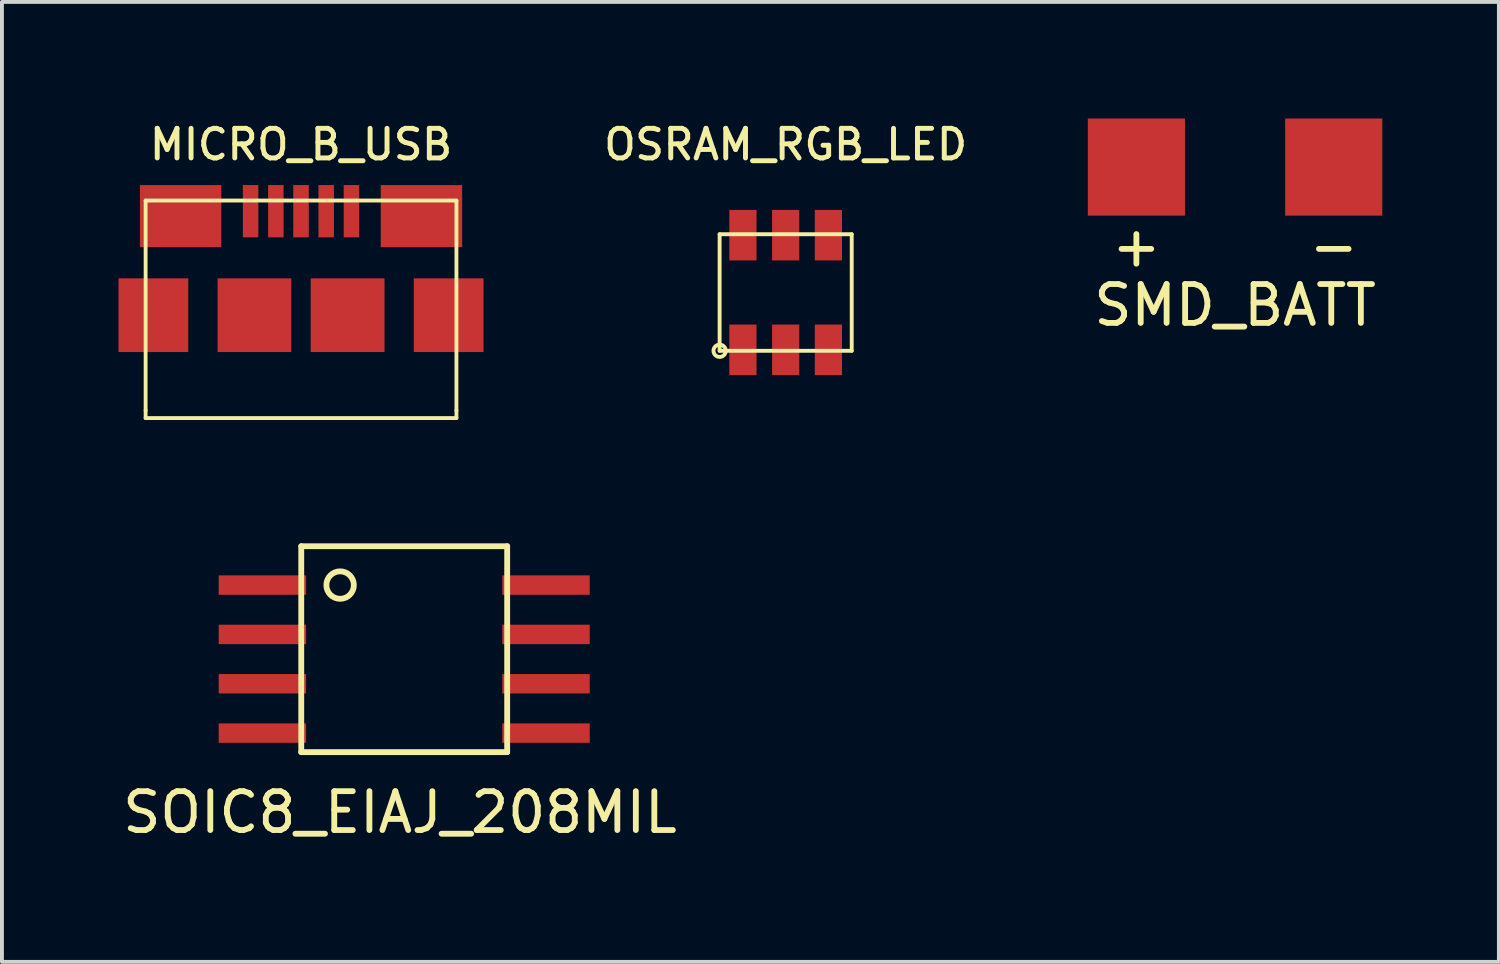
<source format=kicad_pcb>
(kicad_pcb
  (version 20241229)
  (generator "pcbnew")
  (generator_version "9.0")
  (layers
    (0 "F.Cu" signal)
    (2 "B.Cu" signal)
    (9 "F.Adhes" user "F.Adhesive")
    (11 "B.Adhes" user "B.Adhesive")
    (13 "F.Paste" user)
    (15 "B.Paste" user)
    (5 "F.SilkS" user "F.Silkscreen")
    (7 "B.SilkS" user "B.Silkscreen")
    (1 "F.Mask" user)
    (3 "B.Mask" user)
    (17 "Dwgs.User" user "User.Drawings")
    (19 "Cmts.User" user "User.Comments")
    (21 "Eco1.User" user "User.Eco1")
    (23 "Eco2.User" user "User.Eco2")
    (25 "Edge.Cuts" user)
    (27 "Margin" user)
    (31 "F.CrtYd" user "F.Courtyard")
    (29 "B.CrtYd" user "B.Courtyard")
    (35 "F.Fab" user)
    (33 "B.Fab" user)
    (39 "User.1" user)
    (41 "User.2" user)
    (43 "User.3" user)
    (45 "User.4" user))
  (footprint "SOIC8_EIAJ_208MIL"
    (layer "F.Cu")
    (at 4.704 11.009)
    (property "Reference" "SOIC8_EIAJ_208MIL" (at 2.54 6.85 0) (layer "F.SilkS") (effects (font (size 1 1) (thickness 0.15))))
    (attr through_hole)
    (fp_line (start 0 0) (end 0 5.3) (stroke (width 0.15) (type solid)) (layer "F.SilkS"))
    (fp_line (start 0 0) (end 5.3 0) (stroke (width 0.15) (type solid)) (layer "F.SilkS"))
    (fp_line (start 0 5.3) (end 5.3 5.3) (stroke (width 0.15) (type solid)) (layer "F.SilkS"))
    (fp_line (start 5.3 0) (end 5.3 5.3) (stroke (width 0.15) (type solid)) (layer "F.SilkS"))
    (fp_circle (center 1 1) (end 0.75 0.75) (stroke (width 0.15) (type solid)) (fill no) (layer "F.SilkS"))
    (pad "1" smd rect (at -1 1) (size 2.25 0.5) (layers "F.Cu" "F.Mask" "F.Paste"))
    (pad "2" smd rect (at -1 2.27) (size 2.25 0.5) (layers "F.Cu" "F.Mask" "F.Paste"))
    (pad "3" smd rect (at -1 3.54) (size 2.25 0.5) (layers "F.Cu" "F.Mask" "F.Paste"))
    (pad "4" smd rect (at -1 4.81) (size 2.25 0.5) (layers "F.Cu" "F.Mask" "F.Paste"))
    (pad "5" smd rect (at 6.3 4.81) (size 2.25 0.5) (layers "F.Cu" "F.Mask" "F.Paste"))
    (pad "6" smd rect (at 6.3 3.54) (size 2.25 0.5) (layers "F.Cu" "F.Mask" "F.Paste"))
    (pad "7" smd rect (at 6.3 2.27) (size 2.25 0.5) (layers "F.Cu" "F.Mask" "F.Paste"))
    (pad "8" smd rect (at 6.3 1) (size 2.25 0.5) (layers "F.Cu" "F.Mask" "F.Paste")))
  (footprint "MICRO_B_USB"
    (layer "F.Cu")
    (at 4.698 6.511)
    (property "Reference" "MICRO_B_USB" (at 0 -5.842 0) (layer "F.SilkS") (effects (font (size 0.762 0.762) (thickness 0.127))))
    (attr through_hole)
    (fp_line (start -4 -4.399) (end 4 -4.399) (stroke (width 0.099) (type solid)) (layer "F.SilkS"))
    (fp_line (start -4 1.001) (end -4 -4.399) (stroke (width 0.099) (type solid)) (layer "F.SilkS"))
    (fp_line (start -4 1.001) (end -4 1.199) (stroke (width 0.099) (type solid)) (layer "F.SilkS"))
    (fp_line (start 4 -4.399) (end 4 1.001) (stroke (width 0.099) (type solid)) (layer "F.SilkS"))
    (fp_line (start 4 1.001) (end 4 1.199) (stroke (width 0.099) (type solid)) (layer "F.SilkS"))
    (fp_line (start 4 1.199) (end -4 1.199) (stroke (width 0.099) (type solid)) (layer "F.SilkS"))
    (pad "" smd rect (at -3.8 -1.448) (size 1.796 1.897) (layers "F.Cu" "F.Mask" "F.Paste"))
    (pad "" smd rect (at -3.099 -3.998) (size 2.095 1.598) (layers "F.Cu" "F.Mask" "F.Paste"))
    (pad "" smd rect (at -1.199 -1.448) (size 1.897 1.897) (layers "F.Cu" "F.Mask" "F.Paste"))
    (pad "" smd rect (at 1.199 -1.448) (size 1.9 1.897) (layers "F.Cu" "F.Mask" "F.Paste"))
    (pad "" smd rect (at 3.099 -3.998) (size 2.095 1.598) (layers "F.Cu" "F.Mask" "F.Paste"))
    (pad "" smd rect (at 3.8 -1.448) (size 1.796 1.897) (layers "F.Cu" "F.Mask" "F.Paste"))
    (pad "1" smd rect (at -1.298 -4.125) (size 0.399 1.346) (layers "F.Cu" "F.Mask" "F.Paste"))
    (pad "2" smd rect (at -0.648 -4.125) (size 0.399 1.346) (layers "F.Cu" "F.Mask" "F.Paste"))
    (pad "3" smd rect (at 0 -4.125) (size 0.399 1.346) (layers "F.Cu" "F.Mask" "F.Paste"))
    (pad "4" smd rect (at 0.648 -4.125) (size 0.399 1.346) (layers "F.Cu" "F.Mask" "F.Paste"))
    (pad "5" smd rect (at 1.298 -4.125) (size 0.399 1.346) (layers "F.Cu" "F.Mask" "F.Paste")))
  (footprint "OSRAM_RGB_LED"
    (layer "F.Cu")
    (at 17.172 4.479)
    (property "Reference" "OSRAM_RGB_LED" (at 0 -3.81 0) (layer "F.SilkS") (effects (font (size 0.762 0.762) (thickness 0.127))))
    (attr through_hole)
    (fp_line (start -1.7 -1.5) (end 1.7 -1.5) (stroke (width 0.1) (type solid)) (layer "F.SilkS"))
    (fp_line (start -1.7 1.5) (end -1.7 -1.5) (stroke (width 0.1) (type solid)) (layer "F.SilkS"))
    (fp_line (start 1.7 -1.5) (end 1.7 1.5) (stroke (width 0.1) (type solid)) (layer "F.SilkS"))
    (fp_line (start 1.7 1.5) (end -1.7 1.5) (stroke (width 0.1) (type solid)) (layer "F.SilkS"))
    (fp_circle (center -1.7 1.5) (end -1.65 1.65) (stroke (width 0.1) (type solid)) (fill no) (layer "F.SilkS"))
    (pad "1" smd rect (at -1.1 1.475) (size 0.7 1.3) (layers "F.Cu" "F.Mask" "F.Paste"))
    (pad "2" smd rect (at 0 1.475) (size 0.7 1.3) (layers "F.Cu" "F.Mask" "F.Paste"))
    (pad "3" smd rect (at 1.1 1.475) (size 0.7 1.3) (layers "F.Cu" "F.Mask" "F.Paste"))
    (pad "4" smd rect (at 1.1 -1.476) (size 0.7 1.3) (layers "F.Cu" "F.Mask" "F.Paste"))
    (pad "5" smd rect (at 0 -1.476) (size 0.7 1.3) (layers "F.Cu" "F.Mask" "F.Paste"))
    (pad "6" smd rect (at -1.1 -1.476) (size 0.7 1.3) (layers "F.Cu" "F.Mask" "F.Paste")))
  (footprint "SMD_BATT"
    (layer "F.Cu")
    (at 28.739 1.25)
    (property "Reference" "SMD_BATT" (at 0 3.556 0) (layer "F.SilkS") (effects (font (size 1 1) (thickness 0.15))))
    (attr through_hole)
    (fp_text user "+" (at -2.54 2.032 0) (layer "F.SilkS") (effects (font (size 1 1) (thickness 0.15))))
    (fp_text user "-" (at 2.54 2.032 0) (layer "F.SilkS") (effects (font (size 1 1) (thickness 0.15))))
    (pad "+" smd rect (at 2.54 0) (size 2.5 2.5) (layers "F.Cu" "F.Mask" "F.Paste"))
    (pad "-" smd rect (at -2.54 0) (size 2.5 2.5) (layers "F.Cu" "F.Mask" "F.Paste")))
  (gr_rect
    (start -3 -3)
    (end 35.529 21.707)
    (stroke (width 0.1) (type default))
    (fill no)
    (layer "Edge.Cuts")))
</source>
